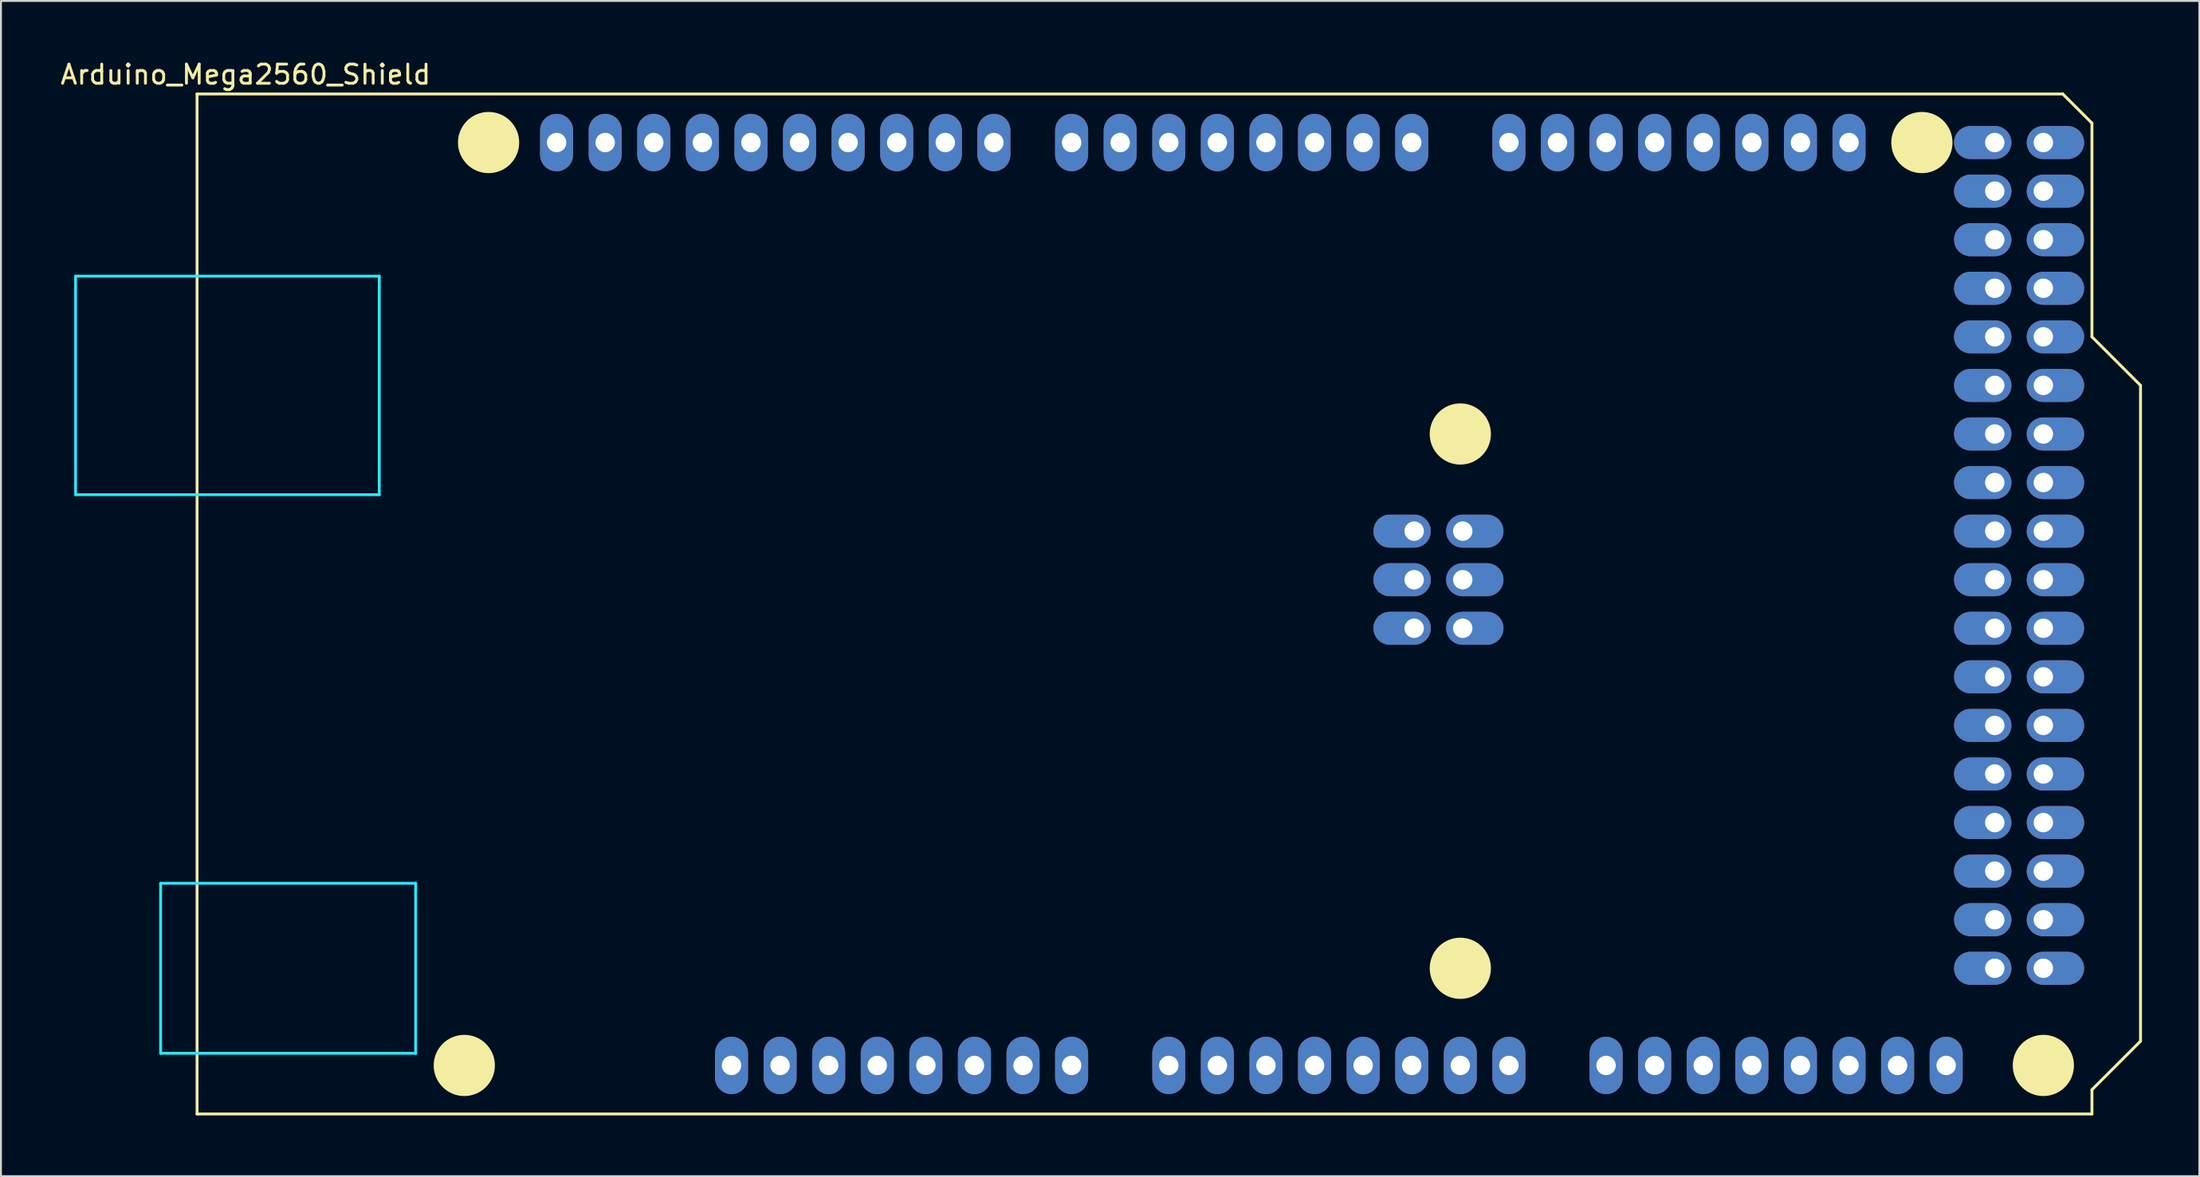
<source format=kicad_pcb>
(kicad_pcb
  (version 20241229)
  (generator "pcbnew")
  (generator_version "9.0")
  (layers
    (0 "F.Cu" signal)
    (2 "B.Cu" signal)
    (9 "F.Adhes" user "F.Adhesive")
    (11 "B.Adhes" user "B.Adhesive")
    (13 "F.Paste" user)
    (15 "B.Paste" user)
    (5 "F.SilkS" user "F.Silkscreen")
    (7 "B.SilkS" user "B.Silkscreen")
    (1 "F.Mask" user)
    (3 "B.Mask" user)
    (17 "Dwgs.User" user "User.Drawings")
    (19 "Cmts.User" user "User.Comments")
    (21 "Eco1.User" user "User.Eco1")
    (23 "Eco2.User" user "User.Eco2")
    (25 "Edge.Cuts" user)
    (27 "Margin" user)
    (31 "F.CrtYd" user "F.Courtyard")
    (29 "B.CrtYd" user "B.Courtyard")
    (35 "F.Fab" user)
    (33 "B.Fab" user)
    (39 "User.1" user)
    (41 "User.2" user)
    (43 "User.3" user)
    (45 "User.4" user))
  (footprint "Arduino_Mega2560_Shield"
    (placed yes)
    (layer "F.Cu")
    (at 7.252 55.204)
    (property "Reference" "Arduino_Mega2560_Shield" (at 2.54 -54.356 0) (layer "F.SilkS") (effects (font (size 1 1) (thickness 0.15))))
    (attr through_hole)
    (fp_line (start 0 -53.34) (end 0 0) (stroke (width 0.15) (type solid)) (layer "F.SilkS"))
    (fp_line (start 0 -53.34) (end 97.536 -53.34) (stroke (width 0.15) (type solid)) (layer "F.SilkS"))
    (fp_line (start 0 0) (end 99.06 0) (stroke (width 0.15) (type solid)) (layer "F.SilkS"))
    (fp_line (start 97.536 -53.34) (end 99.06 -51.816) (stroke (width 0.15) (type solid)) (layer "F.SilkS"))
    (fp_line (start 99.06 -40.64) (end 99.06 -51.816) (stroke (width 0.15) (type solid)) (layer "F.SilkS"))
    (fp_line (start 99.06 -1.27) (end 101.6 -3.81) (stroke (width 0.15) (type solid)) (layer "F.SilkS"))
    (fp_line (start 99.06 0) (end 99.06 -1.27) (stroke (width 0.15) (type solid)) (layer "F.SilkS"))
    (fp_line (start 101.6 -38.1) (end 99.06 -40.64) (stroke (width 0.15) (type solid)) (layer "F.SilkS"))
    (fp_line (start 101.6 -3.81) (end 101.6 -38.1) (stroke (width 0.15) (type solid)) (layer "F.SilkS"))
    (fp_line (start -6.35 -43.815) (end -6.35 -32.385) (stroke (width 0.15) (type solid)) (layer "B.CrtYd"))
    (fp_line (start -1.905 -12.065) (end -1.905 -3.175) (stroke (width 0.15) (type solid)) (layer "B.CrtYd"))
    (fp_line (start -1.905 -12.065) (end 11.43 -12.065) (stroke (width 0.15) (type solid)) (layer "B.CrtYd"))
    (fp_line (start -1.905 -3.175) (end 11.43 -3.175) (stroke (width 0.15) (type solid)) (layer "B.CrtYd"))
    (fp_line (start 9.525 -43.815) (end -6.35 -43.815) (stroke (width 0.15) (type solid)) (layer "B.CrtYd"))
    (fp_line (start 9.525 -43.815) (end 9.525 -32.385) (stroke (width 0.15) (type solid)) (layer "B.CrtYd"))
    (fp_line (start 9.525 -32.385) (end -6.35 -32.385) (stroke (width 0.15) (type solid)) (layer "B.CrtYd"))
    (fp_line (start 11.43 -12.065) (end 11.43 -3.175) (stroke (width 0.15) (type solid)) (layer "B.CrtYd"))
    (pad "" connect circle (at 13.97 -2.54) (size 3.2 3.2) (layers "F.SilkS"))
    (pad "" connect circle (at 15.24 -50.8) (size 3.2 3.2) (layers "F.SilkS"))
    (pad "" thru_hole oval (at 27.94 -2.54) (size 1.727 3) (drill 1.016) (layers "*.Cu" "*.Mask"))
    (pad "" connect circle (at 66.04 -35.56) (size 3.2 3.2) (layers "F.SilkS"))
    (pad "" connect circle (at 66.04 -7.62) (size 3.2 3.2) (layers "F.SilkS"))
    (pad "" connect circle (at 90.17 -50.8) (size 3.2 3.2) (layers "F.SilkS"))
    (pad "" connect circle (at 96.52 -2.54) (size 3.2 3.2) (layers "F.SilkS"))
    (pad "3V3" thru_hole oval (at 35.56 -2.54) (size 1.727 3) (drill 1.016) (layers "*.Cu" "*.Mask"))
    (pad "5V1" thru_hole oval (at 38.1 -2.54) (size 1.727 3) (drill 1.016) (layers "*.Cu" "*.Mask"))
    (pad "5V2" thru_hole oval (at 66.167 -30.48) (size 3 1.727) (drill 1.016 (offset 0.63 0)) (layers "*.Cu" "*.Mask"))
    (pad "5V3" thru_hole oval (at 93.98 -50.8) (size 3 1.727) (drill 1.016 (offset -0.63 0)) (layers "*.Cu" "*.Mask"))
    (pad "5V4" thru_hole oval (at 96.52 -50.8) (size 3 1.727) (drill 1.016 (offset 0.63 0)) (layers "*.Cu" "*.Mask"))
    (pad "A0" thru_hole oval (at 50.8 -2.54) (size 1.727 3) (drill 1.016) (layers "*.Cu" "*.Mask"))
    (pad "A1" thru_hole oval (at 53.34 -2.54) (size 1.727 3) (drill 1.016) (layers "*.Cu" "*.Mask"))
    (pad "A2" thru_hole oval (at 55.88 -2.54) (size 1.727 3) (drill 1.016) (layers "*.Cu" "*.Mask"))
    (pad "A3" thru_hole oval (at 58.42 -2.54) (size 1.727 3) (drill 1.016) (layers "*.Cu" "*.Mask"))
    (pad "A4" thru_hole oval (at 60.96 -2.54) (size 1.727 3) (drill 1.016) (layers "*.Cu" "*.Mask"))
    (pad "A5" thru_hole oval (at 63.5 -2.54) (size 1.727 3) (drill 1.016) (layers "*.Cu" "*.Mask"))
    (pad "A6" thru_hole oval (at 66.04 -2.54) (size 1.727 3) (drill 1.016) (layers "*.Cu" "*.Mask"))
    (pad "A7" thru_hole oval (at 68.58 -2.54) (size 1.727 3) (drill 1.016) (layers "*.Cu" "*.Mask"))
    (pad "A8" thru_hole oval (at 73.66 -2.54) (size 1.727 3) (drill 1.016) (layers "*.Cu" "*.Mask"))
    (pad "A9" thru_hole oval (at 76.2 -2.54) (size 1.727 3) (drill 1.016) (layers "*.Cu" "*.Mask"))
    (pad "A10" thru_hole oval (at 78.74 -2.54) (size 1.727 3) (drill 1.016) (layers "*.Cu" "*.Mask"))
    (pad "A11" thru_hole oval (at 81.28 -2.54) (size 1.727 3) (drill 1.016) (layers "*.Cu" "*.Mask"))
    (pad "A12" thru_hole oval (at 83.82 -2.54) (size 1.727 3) (drill 1.016) (layers "*.Cu" "*.Mask"))
    (pad "A13" thru_hole oval (at 86.36 -2.54) (size 1.727 3) (drill 1.016) (layers "*.Cu" "*.Mask"))
    (pad "A14" thru_hole oval (at 88.9 -2.54) (size 1.727 3) (drill 1.016) (layers "*.Cu" "*.Mask"))
    (pad "A15" thru_hole oval (at 91.44 -2.54) (size 1.727 3) (drill 1.016) (layers "*.Cu" "*.Mask"))
    (pad "AREF" thru_hole oval (at 23.876 -50.8) (size 1.727 3) (drill 1.016) (layers "*.Cu" "*.Mask"))
    (pad "D0" thru_hole oval (at 63.5 -50.8) (size 1.727 3) (drill 1.016) (layers "*.Cu" "*.Mask"))
    (pad "D1" thru_hole oval (at 60.96 -50.8) (size 1.727 3) (drill 1.016) (layers "*.Cu" "*.Mask"))
    (pad "D2" thru_hole oval (at 58.42 -50.8) (size 1.727 3) (drill 1.016) (layers "*.Cu" "*.Mask"))
    (pad "D3" thru_hole oval (at 55.88 -50.8) (size 1.727 3) (drill 1.016) (layers "*.Cu" "*.Mask"))
    (pad "D4" thru_hole oval (at 53.34 -50.8) (size 1.727 3) (drill 1.016) (layers "*.Cu" "*.Mask"))
    (pad "D5" thru_hole oval (at 50.8 -50.8) (size 1.727 3) (drill 1.016) (layers "*.Cu" "*.Mask"))
    (pad "D6" thru_hole oval (at 48.26 -50.8) (size 1.727 3) (drill 1.016) (layers "*.Cu" "*.Mask"))
    (pad "D7" thru_hole oval (at 45.72 -50.8) (size 1.727 3) (drill 1.016) (layers "*.Cu" "*.Mask"))
    (pad "D8" thru_hole oval (at 41.656 -50.8) (size 1.727 3) (drill 1.016) (layers "*.Cu" "*.Mask"))
    (pad "D9" thru_hole oval (at 39.116 -50.8) (size 1.727 3) (drill 1.016) (layers "*.Cu" "*.Mask"))
    (pad "D10" thru_hole oval (at 36.576 -50.8) (size 1.727 3) (drill 1.016) (layers "*.Cu" "*.Mask"))
    (pad "D11" thru_hole oval (at 34.036 -50.8) (size 1.727 3) (drill 1.016) (layers "*.Cu" "*.Mask"))
    (pad "D12" thru_hole oval (at 31.496 -50.8) (size 1.727 3) (drill 1.016) (layers "*.Cu" "*.Mask"))
    (pad "D13" thru_hole oval (at 28.956 -50.8) (size 1.727 3) (drill 1.016) (layers "*.Cu" "*.Mask"))
    (pad "D14" thru_hole oval (at 68.58 -50.8) (size 1.727 3) (drill 1.016) (layers "*.Cu" "*.Mask"))
    (pad "D15" thru_hole oval (at 71.12 -50.8) (size 1.727 3) (drill 1.016) (layers "*.Cu" "*.Mask"))
    (pad "D16" thru_hole oval (at 73.66 -50.8) (size 1.727 3) (drill 1.016) (layers "*.Cu" "*.Mask"))
    (pad "D17" thru_hole oval (at 76.2 -50.8) (size 1.727 3) (drill 1.016) (layers "*.Cu" "*.Mask"))
    (pad "D18" thru_hole oval (at 78.74 -50.8) (size 1.727 3) (drill 1.016) (layers "*.Cu" "*.Mask"))
    (pad "D19" thru_hole oval (at 81.28 -50.8) (size 1.727 3) (drill 1.016) (layers "*.Cu" "*.Mask"))
    (pad "D20" thru_hole oval (at 83.82 -50.8) (size 1.727 3) (drill 1.016) (layers "*.Cu" "*.Mask"))
    (pad "D21" thru_hole oval (at 86.36 -50.8) (size 1.727 3) (drill 1.016) (layers "*.Cu" "*.Mask"))
    (pad "D22" thru_hole oval (at 93.98 -48.26) (size 3 1.727) (drill 1.016 (offset -0.63 0)) (layers "*.Cu" "*.Mask"))
    (pad "D23" thru_hole oval (at 96.52 -48.26) (size 3 1.727) (drill 1.016 (offset 0.63 0)) (layers "*.Cu" "*.Mask"))
    (pad "D24" thru_hole oval (at 93.98 -45.72) (size 3 1.727) (drill 1.016 (offset -0.63 0)) (layers "*.Cu" "*.Mask"))
    (pad "D25" thru_hole oval (at 96.52 -45.72) (size 3 1.727) (drill 1.016 (offset 0.63 0)) (layers "*.Cu" "*.Mask"))
    (pad "D26" thru_hole oval (at 93.98 -43.18) (size 3 1.727) (drill 1.016 (offset -0.63 0)) (layers "*.Cu" "*.Mask"))
    (pad "D27" thru_hole oval (at 96.52 -43.18) (size 3 1.727) (drill 1.016 (offset 0.63 0)) (layers "*.Cu" "*.Mask"))
    (pad "D28" thru_hole oval (at 93.98 -40.64) (size 3 1.727) (drill 1.016 (offset -0.63 0)) (layers "*.Cu" "*.Mask"))
    (pad "D29" thru_hole oval (at 96.52 -40.64) (size 3 1.727) (drill 1.016 (offset 0.63 0)) (layers "*.Cu" "*.Mask"))
    (pad "D30" thru_hole oval (at 93.98 -38.1) (size 3 1.727) (drill 1.016 (offset -0.63 0)) (layers "*.Cu" "*.Mask"))
    (pad "D31" thru_hole oval (at 96.52 -38.1) (size 3 1.727) (drill 1.016 (offset 0.63 0)) (layers "*.Cu" "*.Mask"))
    (pad "D32" thru_hole oval (at 93.98 -35.56) (size 3 1.727) (drill 1.016 (offset -0.63 0)) (layers "*.Cu" "*.Mask"))
    (pad "D33" thru_hole oval (at 96.52 -35.56) (size 3 1.727) (drill 1.016 (offset 0.63 0)) (layers "*.Cu" "*.Mask"))
    (pad "D34" thru_hole oval (at 93.98 -33.02) (size 3 1.727) (drill 1.016 (offset -0.63 0)) (layers "*.Cu" "*.Mask"))
    (pad "D35" thru_hole oval (at 96.52 -33.02) (size 3 1.727) (drill 1.016 (offset 0.63 0)) (layers "*.Cu" "*.Mask"))
    (pad "D36" thru_hole oval (at 93.98 -30.48) (size 3 1.727) (drill 1.016 (offset -0.63 0)) (layers "*.Cu" "*.Mask"))
    (pad "D37" thru_hole oval (at 96.52 -30.48) (size 3 1.727) (drill 1.016 (offset 0.63 0)) (layers "*.Cu" "*.Mask"))
    (pad "D38" thru_hole oval (at 93.98 -27.94) (size 3 1.727) (drill 1.016 (offset -0.63 0)) (layers "*.Cu" "*.Mask"))
    (pad "D39" thru_hole oval (at 96.52 -27.94) (size 3 1.727) (drill 1.016 (offset 0.63 0)) (layers "*.Cu" "*.Mask"))
    (pad "D40" thru_hole oval (at 93.98 -25.4) (size 3 1.727) (drill 1.016 (offset -0.63 0)) (layers "*.Cu" "*.Mask"))
    (pad "D41" thru_hole oval (at 96.52 -25.4) (size 3 1.727) (drill 1.016 (offset 0.63 0)) (layers "*.Cu" "*.Mask"))
    (pad "D42" thru_hole oval (at 93.98 -22.86) (size 3 1.727) (drill 1.016 (offset -0.63 0)) (layers "*.Cu" "*.Mask"))
    (pad "D43" thru_hole oval (at 96.52 -22.86) (size 3 1.727) (drill 1.016 (offset 0.63 0)) (layers "*.Cu" "*.Mask"))
    (pad "D44" thru_hole oval (at 93.98 -20.32) (size 3 1.727) (drill 1.016 (offset -0.63 0)) (layers "*.Cu" "*.Mask"))
    (pad "D45" thru_hole oval (at 96.52 -20.32) (size 3 1.727) (drill 1.016 (offset 0.63 0)) (layers "*.Cu" "*.Mask"))
    (pad "D46" thru_hole oval (at 93.98 -17.78) (size 3 1.727) (drill 1.016 (offset -0.63 0)) (layers "*.Cu" "*.Mask"))
    (pad "D47" thru_hole oval (at 96.52 -17.78) (size 3 1.727) (drill 1.016 (offset 0.63 0)) (layers "*.Cu" "*.Mask"))
    (pad "D48" thru_hole oval (at 93.98 -15.24) (size 3 1.727) (drill 1.016 (offset -0.63 0)) (layers "*.Cu" "*.Mask"))
    (pad "D49" thru_hole oval (at 96.52 -15.24) (size 3 1.727) (drill 1.016 (offset 0.63 0)) (layers "*.Cu" "*.Mask"))
    (pad "D50" thru_hole oval (at 93.98 -12.7) (size 3 1.727) (drill 1.016 (offset -0.63 0)) (layers "*.Cu" "*.Mask"))
    (pad "D51" thru_hole oval (at 96.52 -12.7) (size 3 1.727) (drill 1.016 (offset 0.63 0)) (layers "*.Cu" "*.Mask"))
    (pad "D52" thru_hole oval (at 93.98 -10.16) (size 3 1.727) (drill 1.016 (offset -0.63 0)) (layers "*.Cu" "*.Mask"))
    (pad "D53" thru_hole oval (at 96.52 -10.16) (size 3 1.727) (drill 1.016 (offset 0.63 0)) (layers "*.Cu" "*.Mask"))
    (pad "GND1" thru_hole oval (at 26.416 -50.8) (size 1.727 3) (drill 1.016) (layers "*.Cu" "*.Mask"))
    (pad "GND2" thru_hole oval (at 40.64 -2.54) (size 1.727 3) (drill 1.016) (layers "*.Cu" "*.Mask"))
    (pad "GND3" thru_hole oval (at 43.18 -2.54) (size 1.727 3) (drill 1.016) (layers "*.Cu" "*.Mask"))
    (pad "GND4" thru_hole oval (at 66.167 -25.4) (size 3 1.727) (drill 1.016 (offset 0.63 0)) (layers "*.Cu" "*.Mask"))
    (pad "GND5" thru_hole oval (at 93.98 -7.62) (size 3 1.727) (drill 1.016 (offset -0.63 0)) (layers "*.Cu" "*.Mask"))
    (pad "GND6" thru_hole oval (at 96.52 -7.62) (size 3 1.727) (drill 1.016 (offset 0.63 0)) (layers "*.Cu" "*.Mask"))
    (pad "IORF" thru_hole oval (at 30.48 -2.54) (size 1.727 3) (drill 1.016) (layers "*.Cu" "*.Mask"))
    (pad "MISO" thru_hole oval (at 63.627 -30.48) (size 3 1.727) (drill 1.016 (offset -0.63 0)) (layers "*.Cu" "*.Mask"))
    (pad "MOSI" thru_hole oval (at 66.167 -27.94) (size 3 1.727) (drill 1.016 (offset 0.63 0)) (layers "*.Cu" "*.Mask"))
    (pad "RST1" thru_hole oval (at 33.02 -2.54) (size 1.727 3) (drill 1.016) (layers "*.Cu" "*.Mask"))
    (pad "RST2" thru_hole oval (at 63.627 -25.4) (size 3 1.727) (drill 1.016 (offset -0.63 0)) (layers "*.Cu" "*.Mask"))
    (pad "SCK" thru_hole oval (at 63.627 -27.94) (size 3 1.727) (drill 1.016 (offset -0.63 0)) (layers "*.Cu" "*.Mask"))
    (pad "SCL" thru_hole oval (at 18.796 -50.8) (size 1.727 3) (drill 1.016) (layers "*.Cu" "*.Mask"))
    (pad "SDA" thru_hole oval (at 21.336 -50.8) (size 1.727 3) (drill 1.016) (layers "*.Cu" "*.Mask"))
    (pad "VIN" thru_hole oval (at 45.72 -2.54) (size 1.727 3) (drill 1.016) (layers "*.Cu" "*.Mask")))
  (gr_rect
    (start -3 -3)
    (end 111.927 58.454)
    (stroke (width 0.1) (type default))
    (fill no)
    (layer "Edge.Cuts")))
</source>
